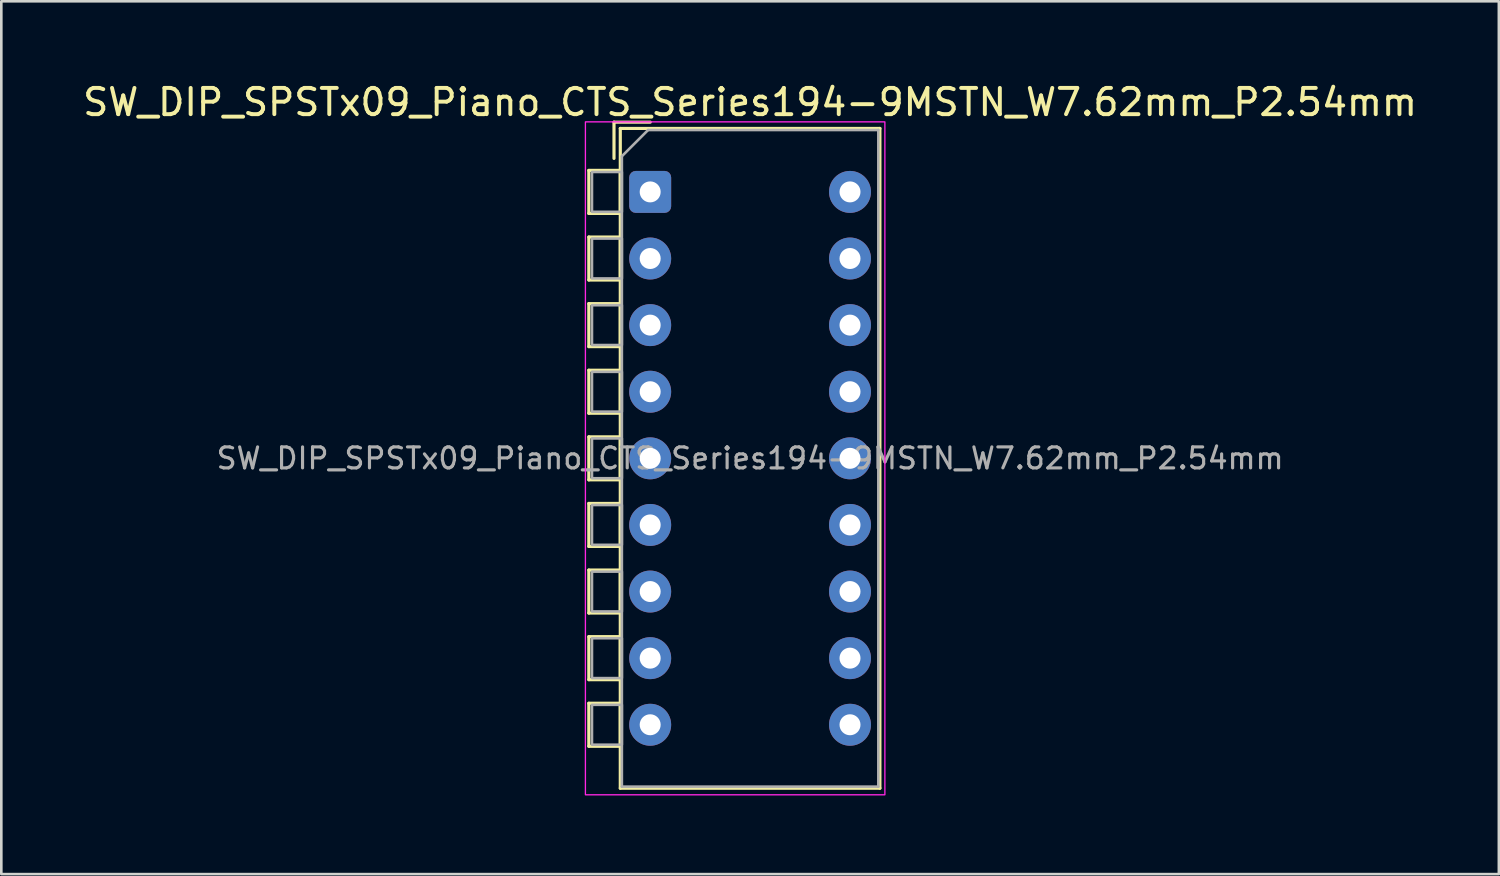
<source format=kicad_pcb>
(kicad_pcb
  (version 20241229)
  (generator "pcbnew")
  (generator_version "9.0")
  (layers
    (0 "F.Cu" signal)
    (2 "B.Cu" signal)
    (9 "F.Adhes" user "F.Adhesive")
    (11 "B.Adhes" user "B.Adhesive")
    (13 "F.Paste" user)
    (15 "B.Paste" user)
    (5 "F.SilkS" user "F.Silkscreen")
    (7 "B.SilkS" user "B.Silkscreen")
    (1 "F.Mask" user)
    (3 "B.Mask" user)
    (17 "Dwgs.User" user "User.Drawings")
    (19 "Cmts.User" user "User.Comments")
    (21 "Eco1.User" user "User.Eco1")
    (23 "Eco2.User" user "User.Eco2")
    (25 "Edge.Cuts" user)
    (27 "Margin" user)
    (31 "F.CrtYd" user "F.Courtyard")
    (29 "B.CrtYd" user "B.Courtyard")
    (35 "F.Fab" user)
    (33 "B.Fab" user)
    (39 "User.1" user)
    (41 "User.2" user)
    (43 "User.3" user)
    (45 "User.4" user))
  (footprint "SW_DIP_SPSTx09_Piano_CTS_Series194-9MSTN_W7.62mm_P2.54mm"
    (layer "F.Cu")
    (at 21.744 4.268)
    (property "Reference" "SW_DIP_SPSTx09_Piano_CTS_Series194-9MSTN_W7.62mm_P2.54mm" (at 3.81 -3.42 0) (layer "F.SilkS") (effects (font (size 1 1) (thickness 0.15))))
    (attr through_hole)
    (fp_line (start -2.34 -0.82) (end -2.34 0.82) (stroke (width 0.12) (type solid)) (layer "F.SilkS"))
    (fp_line (start -2.34 -0.82) (end -1.14 -0.82) (stroke (width 0.12) (type solid)) (layer "F.SilkS"))
    (fp_line (start -2.34 0.82) (end -1.14 0.82) (stroke (width 0.12) (type solid)) (layer "F.SilkS"))
    (fp_line (start -2.34 1.72) (end -2.34 3.36) (stroke (width 0.12) (type solid)) (layer "F.SilkS"))
    (fp_line (start -2.34 1.72) (end -1.14 1.72) (stroke (width 0.12) (type solid)) (layer "F.SilkS"))
    (fp_line (start -2.34 3.36) (end -1.14 3.36) (stroke (width 0.12) (type solid)) (layer "F.SilkS"))
    (fp_line (start -2.34 4.26) (end -2.34 5.9) (stroke (width 0.12) (type solid)) (layer "F.SilkS"))
    (fp_line (start -2.34 4.26) (end -1.14 4.26) (stroke (width 0.12) (type solid)) (layer "F.SilkS"))
    (fp_line (start -2.34 5.9) (end -1.14 5.9) (stroke (width 0.12) (type solid)) (layer "F.SilkS"))
    (fp_line (start -2.34 6.8) (end -2.34 8.44) (stroke (width 0.12) (type solid)) (layer "F.SilkS"))
    (fp_line (start -2.34 6.8) (end -1.14 6.8) (stroke (width 0.12) (type solid)) (layer "F.SilkS"))
    (fp_line (start -2.34 8.44) (end -1.14 8.44) (stroke (width 0.12) (type solid)) (layer "F.SilkS"))
    (fp_line (start -2.34 9.34) (end -2.34 10.98) (stroke (width 0.12) (type solid)) (layer "F.SilkS"))
    (fp_line (start -2.34 9.34) (end -1.14 9.34) (stroke (width 0.12) (type solid)) (layer "F.SilkS"))
    (fp_line (start -2.34 10.98) (end -1.14 10.98) (stroke (width 0.12) (type solid)) (layer "F.SilkS"))
    (fp_line (start -2.34 11.88) (end -2.34 13.52) (stroke (width 0.12) (type solid)) (layer "F.SilkS"))
    (fp_line (start -2.34 11.88) (end -1.14 11.88) (stroke (width 0.12) (type solid)) (layer "F.SilkS"))
    (fp_line (start -2.34 13.52) (end -1.14 13.52) (stroke (width 0.12) (type solid)) (layer "F.SilkS"))
    (fp_line (start -2.34 14.42) (end -2.34 16.06) (stroke (width 0.12) (type solid)) (layer "F.SilkS"))
    (fp_line (start -2.34 14.42) (end -1.14 14.42) (stroke (width 0.12) (type solid)) (layer "F.SilkS"))
    (fp_line (start -2.34 16.06) (end -1.14 16.06) (stroke (width 0.12) (type solid)) (layer "F.SilkS"))
    (fp_line (start -2.34 16.96) (end -2.34 18.6) (stroke (width 0.12) (type solid)) (layer "F.SilkS"))
    (fp_line (start -2.34 16.96) (end -1.14 16.96) (stroke (width 0.12) (type solid)) (layer "F.SilkS"))
    (fp_line (start -2.34 18.6) (end -1.14 18.6) (stroke (width 0.12) (type solid)) (layer "F.SilkS"))
    (fp_line (start -2.34 19.5) (end -2.34 21.14) (stroke (width 0.12) (type solid)) (layer "F.SilkS"))
    (fp_line (start -2.34 19.5) (end -1.14 19.5) (stroke (width 0.12) (type solid)) (layer "F.SilkS"))
    (fp_line (start -2.34 21.14) (end -1.14 21.14) (stroke (width 0.12) (type solid)) (layer "F.SilkS"))
    (fp_line (start -1.38 -2.66) (end -1.38 -1.277) (stroke (width 0.12) (type solid)) (layer "F.SilkS"))
    (fp_line (start -1.38 -2.66) (end 0.003 -2.66) (stroke (width 0.12) (type solid)) (layer "F.SilkS"))
    (fp_line (start -1.14 -2.42) (end -1.14 22.74) (stroke (width 0.12) (type solid)) (layer "F.SilkS"))
    (fp_line (start -1.14 -2.42) (end 8.76 -2.42) (stroke (width 0.12) (type solid)) (layer "F.SilkS"))
    (fp_line (start -1.14 -0.82) (end -1.14 0.82) (stroke (width 0.12) (type solid)) (layer "F.SilkS"))
    (fp_line (start -1.14 1.72) (end -1.14 3.36) (stroke (width 0.12) (type solid)) (layer "F.SilkS"))
    (fp_line (start -1.14 4.26) (end -1.14 5.9) (stroke (width 0.12) (type solid)) (layer "F.SilkS"))
    (fp_line (start -1.14 6.8) (end -1.14 8.44) (stroke (width 0.12) (type solid)) (layer "F.SilkS"))
    (fp_line (start -1.14 9.34) (end -1.14 10.98) (stroke (width 0.12) (type solid)) (layer "F.SilkS"))
    (fp_line (start -1.14 11.88) (end -1.14 13.52) (stroke (width 0.12) (type solid)) (layer "F.SilkS"))
    (fp_line (start -1.14 14.42) (end -1.14 16.06) (stroke (width 0.12) (type solid)) (layer "F.SilkS"))
    (fp_line (start -1.14 16.96) (end -1.14 18.6) (stroke (width 0.12) (type solid)) (layer "F.SilkS"))
    (fp_line (start -1.14 19.5) (end -1.14 21.14) (stroke (width 0.12) (type solid)) (layer "F.SilkS"))
    (fp_line (start -1.14 22.74) (end 8.76 22.74) (stroke (width 0.12) (type solid)) (layer "F.SilkS"))
    (fp_line (start 8.76 -2.42) (end 8.76 22.74) (stroke (width 0.12) (type solid)) (layer "F.SilkS"))
    (fp_rect (start -2.47 -2.67) (end 8.95 22.99) (stroke (width 0.05) (type solid)) (fill no) (layer "F.CrtYd"))
    (fp_line (start -1.08 -1.36) (end -0.08 -2.36) (stroke (width 0.1) (type solid)) (layer "F.Fab"))
    (fp_line (start -1.08 22.68) (end -1.08 -1.36) (stroke (width 0.1) (type solid)) (layer "F.Fab"))
    (fp_line (start -0.08 -2.36) (end 8.7 -2.36) (stroke (width 0.1) (type solid)) (layer "F.Fab"))
    (fp_line (start 8.7 -2.36) (end 8.7 22.68) (stroke (width 0.1) (type solid)) (layer "F.Fab"))
    (fp_line (start 8.7 22.68) (end -1.08 22.68) (stroke (width 0.1) (type solid)) (layer "F.Fab"))
    (fp_rect (start -1.08 -0.76) (end -2.22 0.76) (stroke (width 0.1) (type solid)) (fill no) (layer "F.Fab"))
    (fp_rect (start -1.08 1.78) (end -2.22 3.3) (stroke (width 0.1) (type solid)) (fill no) (layer "F.Fab"))
    (fp_rect (start -1.08 4.32) (end -2.22 5.84) (stroke (width 0.1) (type solid)) (fill no) (layer "F.Fab"))
    (fp_rect (start -1.08 6.86) (end -2.22 8.38) (stroke (width 0.1) (type solid)) (fill no) (layer "F.Fab"))
    (fp_rect (start -1.08 9.4) (end -2.22 10.92) (stroke (width 0.1) (type solid)) (fill no) (layer "F.Fab"))
    (fp_rect (start -1.08 11.94) (end -2.22 13.46) (stroke (width 0.1) (type solid)) (fill no) (layer "F.Fab"))
    (fp_rect (start -1.08 14.48) (end -2.22 16) (stroke (width 0.1) (type solid)) (fill no) (layer "F.Fab"))
    (fp_rect (start -1.08 17.02) (end -2.22 18.54) (stroke (width 0.1) (type solid)) (fill no) (layer "F.Fab"))
    (fp_rect (start -1.08 19.56) (end -2.22 21.08) (stroke (width 0.1) (type solid)) (fill no) (layer "F.Fab"))
    (fp_text user "${REFERENCE}" (at 3.81 10.16 0) (layer "F.Fab") (effects (font (size 0.8 0.8) (thickness 0.12))))
    (pad "1" thru_hole roundrect (at 0 0) (size 1.6 1.6) (drill 0.8) (layers "*.Cu" "*.Mask") (roundrect_rratio 0.156))
    (pad "2" thru_hole circle (at 0 2.54) (size 1.6 1.6) (drill 0.8) (layers "*.Cu" "*.Mask"))
    (pad "3" thru_hole circle (at 0 5.08) (size 1.6 1.6) (drill 0.8) (layers "*.Cu" "*.Mask"))
    (pad "4" thru_hole circle (at 0 7.62) (size 1.6 1.6) (drill 0.8) (layers "*.Cu" "*.Mask"))
    (pad "5" thru_hole circle (at 0 10.16) (size 1.6 1.6) (drill 0.8) (layers "*.Cu" "*.Mask"))
    (pad "6" thru_hole circle (at 0 12.7) (size 1.6 1.6) (drill 0.8) (layers "*.Cu" "*.Mask"))
    (pad "7" thru_hole circle (at 0 15.24) (size 1.6 1.6) (drill 0.8) (layers "*.Cu" "*.Mask"))
    (pad "8" thru_hole circle (at 0 17.78) (size 1.6 1.6) (drill 0.8) (layers "*.Cu" "*.Mask"))
    (pad "9" thru_hole circle (at 0 20.32) (size 1.6 1.6) (drill 0.8) (layers "*.Cu" "*.Mask"))
    (pad "10" thru_hole circle (at 7.62 20.32) (size 1.6 1.6) (drill 0.8) (layers "*.Cu" "*.Mask"))
    (pad "11" thru_hole circle (at 7.62 17.78) (size 1.6 1.6) (drill 0.8) (layers "*.Cu" "*.Mask"))
    (pad "12" thru_hole circle (at 7.62 15.24) (size 1.6 1.6) (drill 0.8) (layers "*.Cu" "*.Mask"))
    (pad "13" thru_hole circle (at 7.62 12.7) (size 1.6 1.6) (drill 0.8) (layers "*.Cu" "*.Mask"))
    (pad "14" thru_hole circle (at 7.62 10.16) (size 1.6 1.6) (drill 0.8) (layers "*.Cu" "*.Mask"))
    (pad "15" thru_hole circle (at 7.62 7.62) (size 1.6 1.6) (drill 0.8) (layers "*.Cu" "*.Mask"))
    (pad "16" thru_hole circle (at 7.62 5.08) (size 1.6 1.6) (drill 0.8) (layers "*.Cu" "*.Mask"))
    (pad "17" thru_hole circle (at 7.62 2.54) (size 1.6 1.6) (drill 0.8) (layers "*.Cu" "*.Mask"))
    (pad "18" thru_hole circle (at 7.62 0) (size 1.6 1.6) (drill 0.8) (layers "*.Cu" "*.Mask")))
  (gr_rect
    (start -3 -3)
    (end 54.107 30.283)
    (stroke (width 0.1) (type default))
    (fill no)
    (layer "Edge.Cuts")))
</source>
